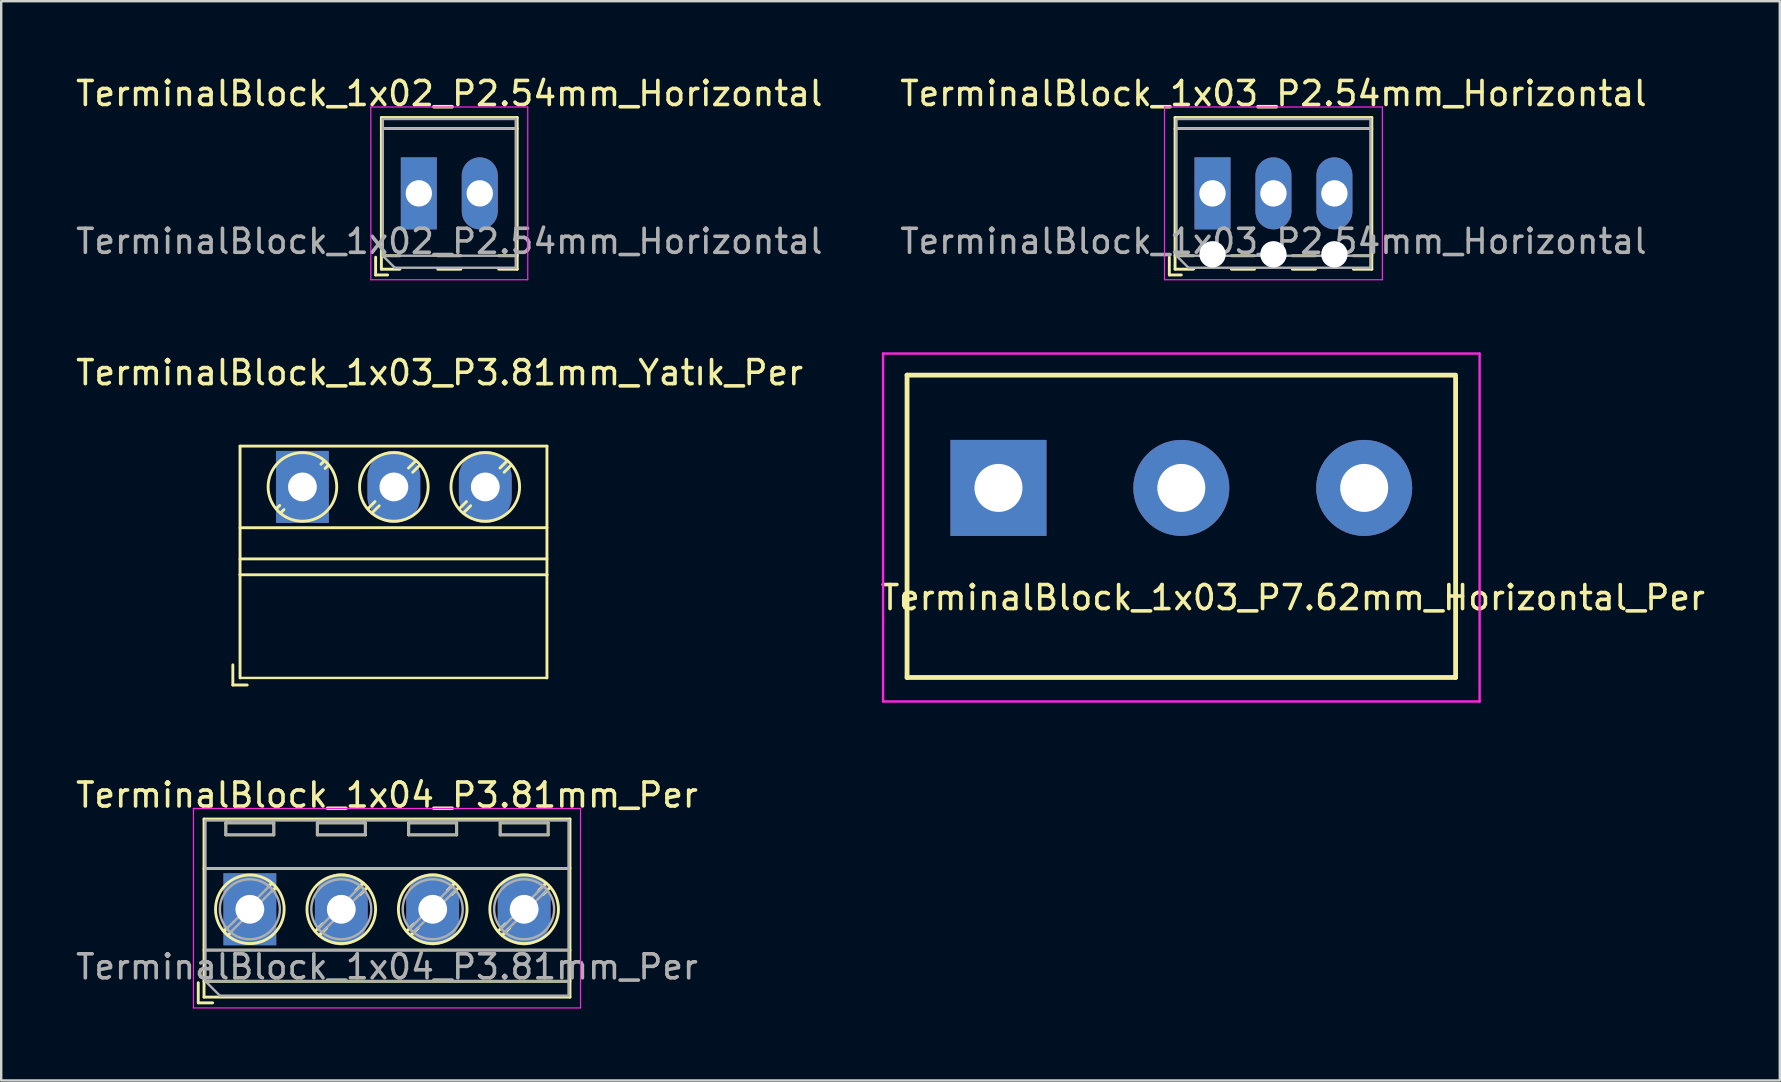
<source format=kicad_pcb>
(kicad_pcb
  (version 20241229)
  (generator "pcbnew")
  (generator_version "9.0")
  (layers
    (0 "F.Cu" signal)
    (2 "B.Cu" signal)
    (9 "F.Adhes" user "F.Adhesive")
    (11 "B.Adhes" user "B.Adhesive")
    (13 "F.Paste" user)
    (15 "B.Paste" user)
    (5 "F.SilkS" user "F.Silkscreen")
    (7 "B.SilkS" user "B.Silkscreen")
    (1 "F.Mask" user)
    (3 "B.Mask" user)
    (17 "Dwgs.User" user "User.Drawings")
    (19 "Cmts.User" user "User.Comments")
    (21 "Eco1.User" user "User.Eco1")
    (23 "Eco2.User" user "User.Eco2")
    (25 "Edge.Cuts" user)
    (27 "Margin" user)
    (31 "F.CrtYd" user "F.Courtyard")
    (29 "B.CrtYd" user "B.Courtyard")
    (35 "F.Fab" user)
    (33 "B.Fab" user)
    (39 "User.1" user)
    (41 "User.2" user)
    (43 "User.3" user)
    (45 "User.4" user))
  (footprint "TerminalBlock_1x03_P7.62mm_Horizontal_Per"
    (layer "F.Cu")
    (at 46.179 17.283)
    (property "Reference" "TerminalBlock_1x03_P7.62mm_Horizontal_Per" (at 4.648 4.572 0) (layer "F.SilkS") (effects (font (size 1 1) (thickness 0.15))))
    (attr through_hole)
    (fp_line (start -11.43 -4.7) (end 11.43 -4.7) (stroke (width 0.2) (type solid)) (layer "F.SilkS"))
    (fp_line (start -11.43 7.9) (end -11.43 -4.7) (stroke (width 0.2) (type solid)) (layer "F.SilkS"))
    (fp_line (start 11.43 -4.6) (end 11.43 7.9) (stroke (width 0.2) (type solid)) (layer "F.SilkS"))
    (fp_line (start 11.43 7.9) (end -11.43 7.9) (stroke (width 0.2) (type solid)) (layer "F.SilkS"))
    (fp_line (start -12.43 -5.6) (end 12.43 -5.6) (stroke (width 0.1) (type solid)) (layer "F.CrtYd"))
    (fp_line (start -12.43 8.9) (end -12.43 -5.6) (stroke (width 0.1) (type solid)) (layer "F.CrtYd"))
    (fp_line (start 12.43 -5.6) (end 12.43 8.9) (stroke (width 0.1) (type solid)) (layer "F.CrtYd"))
    (fp_line (start 12.43 8.9) (end -12.43 8.9) (stroke (width 0.1) (type solid)) (layer "F.CrtYd"))
    (pad "1" thru_hole rect (at -7.62 0) (size 4 4) (drill 2) (layers "*.Cu" "*.Mask"))
    (pad "2" thru_hole circle (at 0 0) (size 4 4) (drill 2) (layers "*.Cu" "*.Mask"))
    (pad "3" thru_hole circle (at 7.62 0) (size 4 4) (drill 2) (layers "*.Cu" "*.Mask")))
  (footprint "TerminalBlock_1x03_P3.81mm_Yatık_Per"
    (layer "F.Cu")
    (at 9.553 17.241)
    (property "Reference" "TerminalBlock_1x03_P3.81mm_Yatık_Per" (at 5.715 -4.76 180) (layer "F.SilkS") (effects (font (size 1 1) (thickness 0.15))))
    (attr through_hole)
    (fp_line (start -2.9 7.415) (end -2.9 8.255) (stroke (width 0.12) (type solid)) (layer "F.SilkS"))
    (fp_line (start -2.9 8.255) (end -2.3 8.255) (stroke (width 0.12) (type solid)) (layer "F.SilkS"))
    (fp_line (start -2.6 -1.7) (end -2.6 3.66) (stroke (width 0.12) (type solid)) (layer "F.SilkS"))
    (fp_line (start -2.6 -1.7) (end 10.19 -1.7) (stroke (width 0.12) (type solid)) (layer "F.SilkS"))
    (fp_line (start -2.6 1.701) (end 10.19 1.7) (stroke (width 0.12) (type solid)) (layer "F.SilkS"))
    (fp_line (start -2.6 3) (end 10.19 3) (stroke (width 0.12) (type solid)) (layer "F.SilkS"))
    (fp_line (start -2.6 3.66) (end -2.6 7.96) (stroke (width 0.12) (type solid)) (layer "F.SilkS"))
    (fp_line (start -2.6 3.66) (end 10.19 3.66) (stroke (width 0.12) (type solid)) (layer "F.SilkS"))
    (fp_line (start -0.946 0.771) (end -1.085 0.91) (stroke (width 0.12) (type solid)) (layer "F.SilkS"))
    (fp_line (start -0.771 0.945) (end -0.911 1.085) (stroke (width 0.12) (type solid)) (layer "F.SilkS"))
    (fp_line (start 0.911 -1.085) (end 0.771 -0.945) (stroke (width 0.12) (type solid)) (layer "F.SilkS"))
    (fp_line (start 1.085 -0.91) (end 0.945 -0.771) (stroke (width 0.12) (type solid)) (layer "F.SilkS"))
    (fp_line (start 3.025 0.611) (end 2.726 0.91) (stroke (width 0.12) (type solid)) (layer "F.SilkS"))
    (fp_line (start 3.2 0.786) (end 2.9 1.085) (stroke (width 0.12) (type solid)) (layer "F.SilkS"))
    (fp_line (start 4.721 -1.085) (end 4.421 -0.786) (stroke (width 0.12) (type solid)) (layer "F.SilkS"))
    (fp_line (start 4.895 -0.91) (end 4.596 -0.611) (stroke (width 0.12) (type solid)) (layer "F.SilkS"))
    (fp_line (start 6.835 0.611) (end 6.536 0.91) (stroke (width 0.12) (type solid)) (layer "F.SilkS"))
    (fp_line (start 7.01 0.786) (end 6.71 1.085) (stroke (width 0.12) (type solid)) (layer "F.SilkS"))
    (fp_line (start 8.531 -1.085) (end 8.231 -0.786) (stroke (width 0.12) (type solid)) (layer "F.SilkS"))
    (fp_line (start 8.705 -0.91) (end 8.406 -0.611) (stroke (width 0.12) (type solid)) (layer "F.SilkS"))
    (fp_line (start 10.19 -1.7) (end 10.19 3.66) (stroke (width 0.12) (type solid)) (layer "F.SilkS"))
    (fp_line (start 10.19 3.66) (end 10.19 7.96) (stroke (width 0.12) (type solid)) (layer "F.SilkS"))
    (fp_line (start 10.19 7.96) (end -2.6 7.96) (stroke (width 0.1) (type default)) (layer "F.SilkS"))
    (fp_circle (center 0 0) (end 1.43 0) (stroke (width 0.12) (type solid)) (fill no) (layer "F.SilkS"))
    (fp_circle (center 3.81 0) (end 5.24 0) (stroke (width 0.12) (type solid)) (fill no) (layer "F.SilkS"))
    (fp_circle (center 7.62 0) (end 9.05 0) (stroke (width 0.12) (type solid)) (fill no) (layer "F.SilkS"))
    (pad "1" thru_hole rect (at 0 0) (size 2.2 3) (drill 1.2) (layers "*.Cu" "*.Mask"))
    (pad "2" thru_hole oval (at 3.81 0) (size 2.2 3) (drill 1.2) (layers "*.Cu" "*.Mask"))
    (pad "3" thru_hole oval (at 7.62 0) (size 2.2 3) (drill 1.2) (layers "*.Cu" "*.Mask")))
  (footprint "TerminalBlock_1x03_P2.54mm_Horizontal"
    (layer "F.Cu")
    (at 47.478 5.008)
    (property "Reference" "TerminalBlock_1x03_P2.54mm_Horizontal" (at 2.54 -4.16 0) (layer "F.SilkS") (effects (font (size 1 1) (thickness 0.15))))
    (attr through_hole)
    (fp_line (start -1.8 2.66) (end -1.8 3.4) (stroke (width 0.12) (type solid)) (layer "F.SilkS"))
    (fp_line (start -1.8 3.4) (end -1.3 3.4) (stroke (width 0.12) (type solid)) (layer "F.SilkS"))
    (fp_line (start -1.56 -3.16) (end -1.56 3.16) (stroke (width 0.12) (type solid)) (layer "F.SilkS"))
    (fp_line (start -1.56 -3.16) (end 6.64 -3.16) (stroke (width 0.12) (type solid)) (layer "F.SilkS"))
    (fp_line (start -1.56 -2.7) (end 6.64 -2.7) (stroke (width 0.12) (type solid)) (layer "F.SilkS"))
    (fp_line (start -1.56 2.6) (end -0.79 2.6) (stroke (width 0.12) (type solid)) (layer "F.SilkS"))
    (fp_line (start -1.56 3.16) (end -0.79 3.16) (stroke (width 0.12) (type solid)) (layer "F.SilkS"))
    (fp_line (start 0.79 2.6) (end 1.75 2.6) (stroke (width 0.12) (type solid)) (layer "F.SilkS"))
    (fp_line (start 0.79 3.16) (end 1.75 3.16) (stroke (width 0.12) (type solid)) (layer "F.SilkS"))
    (fp_line (start 3.33 2.6) (end 4.29 2.6) (stroke (width 0.12) (type solid)) (layer "F.SilkS"))
    (fp_line (start 3.33 3.16) (end 4.29 3.16) (stroke (width 0.12) (type solid)) (layer "F.SilkS"))
    (fp_line (start 5.87 2.6) (end 6.64 2.6) (stroke (width 0.12) (type solid)) (layer "F.SilkS"))
    (fp_line (start 5.87 3.16) (end 6.64 3.16) (stroke (width 0.12) (type solid)) (layer "F.SilkS"))
    (fp_line (start 6.64 -3.16) (end 6.64 3.16) (stroke (width 0.12) (type solid)) (layer "F.SilkS"))
    (fp_line (start -2 -3.6) (end -2 3.6) (stroke (width 0.05) (type solid)) (layer "F.CrtYd"))
    (fp_line (start -2 3.6) (end 7.08 3.6) (stroke (width 0.05) (type solid)) (layer "F.CrtYd"))
    (fp_line (start 7.08 -3.6) (end -2 -3.6) (stroke (width 0.05) (type solid)) (layer "F.CrtYd"))
    (fp_line (start 7.08 3.6) (end 7.08 -3.6) (stroke (width 0.05) (type solid)) (layer "F.CrtYd"))
    (fp_line (start -1.5 -3.1) (end 6.58 -3.1) (stroke (width 0.1) (type solid)) (layer "F.Fab"))
    (fp_line (start -1.5 -2.7) (end 6.58 -2.7) (stroke (width 0.1) (type solid)) (layer "F.Fab"))
    (fp_line (start -1.5 2.6) (end -1.5 -3.1) (stroke (width 0.1) (type solid)) (layer "F.Fab"))
    (fp_line (start -1.5 2.6) (end 6.58 2.6) (stroke (width 0.1) (type solid)) (layer "F.Fab"))
    (fp_line (start -1 3.1) (end -1.5 2.6) (stroke (width 0.1) (type solid)) (layer "F.Fab"))
    (fp_line (start 6.58 -3.1) (end 6.58 3.1) (stroke (width 0.1) (type solid)) (layer "F.Fab"))
    (fp_line (start 6.58 3.1) (end -1 3.1) (stroke (width 0.1) (type solid)) (layer "F.Fab"))
    (fp_text user "${REFERENCE}" (at 2.54 2 0) (layer "F.Fab") (effects (font (size 1 1) (thickness 0.15))))
    (pad "" np_thru_hole circle (at 0 2.54) (size 1.1 1.1) (drill 1.1) (layers "*.Cu" "*.Mask"))
    (pad "" np_thru_hole circle (at 2.54 2.54) (size 1.1 1.1) (drill 1.1) (layers "*.Cu" "*.Mask"))
    (pad "" np_thru_hole circle (at 5.08 2.54) (size 1.1 1.1) (drill 1.1) (layers "*.Cu" "*.Mask"))
    (pad "1" thru_hole rect (at 0 0) (size 1.5 3) (drill 1.1) (layers "*.Cu" "*.Mask"))
    (pad "2" thru_hole oval (at 2.54 0) (size 1.5 3) (drill 1.1) (layers "*.Cu" "*.Mask"))
    (pad "3" thru_hole oval (at 5.08 0) (size 1.5 3) (drill 1.1) (layers "*.Cu" "*.Mask")))
  (footprint "TerminalBlock_1x04_P3.81mm_Per"
    (layer "F.Cu")
    (at 7.362 34.842)
    (property "Reference" "TerminalBlock_1x04_P3.81mm_Per" (at 5.715 -4.76 180) (layer "F.SilkS") (effects (font (size 1 1) (thickness 0.15))))
    (attr through_hole)
    (fp_line (start -2.15 3.06) (end -2.15 3.9) (stroke (width 0.12) (type solid)) (layer "F.SilkS"))
    (fp_line (start -2.15 3.9) (end -1.55 3.9) (stroke (width 0.12) (type solid)) (layer "F.SilkS"))
    (fp_line (start -1.91 -3.76) (end -1.91 3.66) (stroke (width 0.12) (type solid)) (layer "F.SilkS"))
    (fp_line (start -1.91 -3.76) (end 13.34 -3.76) (stroke (width 0.12) (type solid)) (layer "F.SilkS"))
    (fp_line (start -1.91 -1.7) (end 13.34 -1.7) (stroke (width 0.12) (type solid)) (layer "F.SilkS"))
    (fp_line (start -1.91 1.701) (end 13.34 1.701) (stroke (width 0.12) (type solid)) (layer "F.SilkS"))
    (fp_line (start -1.91 3) (end 13.34 3) (stroke (width 0.12) (type solid)) (layer "F.SilkS"))
    (fp_line (start -1.91 3.66) (end 13.34 3.66) (stroke (width 0.12) (type solid)) (layer "F.SilkS"))
    (fp_line (start -1 -3.6) (end -1 -3.1) (stroke (width 0.12) (type solid)) (layer "F.SilkS"))
    (fp_line (start -1 -3.6) (end 1 -3.6) (stroke (width 0.12) (type solid)) (layer "F.SilkS"))
    (fp_line (start -1 -3.1) (end 1 -3.1) (stroke (width 0.12) (type solid)) (layer "F.SilkS"))
    (fp_line (start -0.946 0.771) (end -1.085 0.91) (stroke (width 0.12) (type solid)) (layer "F.SilkS"))
    (fp_line (start -0.771 0.945) (end -0.911 1.085) (stroke (width 0.12) (type solid)) (layer "F.SilkS"))
    (fp_line (start 0.911 -1.085) (end 0.771 -0.945) (stroke (width 0.12) (type solid)) (layer "F.SilkS"))
    (fp_line (start 1 -3.6) (end 1 -3.1) (stroke (width 0.12) (type solid)) (layer "F.SilkS"))
    (fp_line (start 1.085 -0.91) (end 0.945 -0.771) (stroke (width 0.12) (type solid)) (layer "F.SilkS"))
    (fp_line (start 2.81 -3.6) (end 2.81 -3.1) (stroke (width 0.12) (type solid)) (layer "F.SilkS"))
    (fp_line (start 2.81 -3.6) (end 4.81 -3.6) (stroke (width 0.12) (type solid)) (layer "F.SilkS"))
    (fp_line (start 2.81 -3.1) (end 4.81 -3.1) (stroke (width 0.12) (type solid)) (layer "F.SilkS"))
    (fp_line (start 3.025 0.611) (end 2.726 0.91) (stroke (width 0.12) (type solid)) (layer "F.SilkS"))
    (fp_line (start 3.2 0.786) (end 2.9 1.085) (stroke (width 0.12) (type solid)) (layer "F.SilkS"))
    (fp_line (start 4.721 -1.085) (end 4.421 -0.786) (stroke (width 0.12) (type solid)) (layer "F.SilkS"))
    (fp_line (start 4.81 -3.6) (end 4.81 -3.1) (stroke (width 0.12) (type solid)) (layer "F.SilkS"))
    (fp_line (start 4.895 -0.91) (end 4.596 -0.611) (stroke (width 0.12) (type solid)) (layer "F.SilkS"))
    (fp_line (start 6.62 -3.6) (end 6.62 -3.1) (stroke (width 0.12) (type solid)) (layer "F.SilkS"))
    (fp_line (start 6.62 -3.6) (end 8.62 -3.6) (stroke (width 0.12) (type solid)) (layer "F.SilkS"))
    (fp_line (start 6.62 -3.1) (end 8.62 -3.1) (stroke (width 0.12) (type solid)) (layer "F.SilkS"))
    (fp_line (start 6.835 0.611) (end 6.536 0.91) (stroke (width 0.12) (type solid)) (layer "F.SilkS"))
    (fp_line (start 7.01 0.786) (end 6.71 1.085) (stroke (width 0.12) (type solid)) (layer "F.SilkS"))
    (fp_line (start 8.531 -1.085) (end 8.231 -0.786) (stroke (width 0.12) (type solid)) (layer "F.SilkS"))
    (fp_line (start 8.62 -3.6) (end 8.62 -3.1) (stroke (width 0.12) (type solid)) (layer "F.SilkS"))
    (fp_line (start 8.705 -0.91) (end 8.406 -0.611) (stroke (width 0.12) (type solid)) (layer "F.SilkS"))
    (fp_line (start 10.43 -3.6) (end 10.43 -3.1) (stroke (width 0.12) (type solid)) (layer "F.SilkS"))
    (fp_line (start 10.43 -3.6) (end 12.43 -3.6) (stroke (width 0.12) (type solid)) (layer "F.SilkS"))
    (fp_line (start 10.43 -3.1) (end 12.43 -3.1) (stroke (width 0.12) (type solid)) (layer "F.SilkS"))
    (fp_line (start 10.645 0.611) (end 10.346 0.91) (stroke (width 0.12) (type solid)) (layer "F.SilkS"))
    (fp_line (start 10.82 0.786) (end 10.52 1.085) (stroke (width 0.12) (type solid)) (layer "F.SilkS"))
    (fp_line (start 12.341 -1.085) (end 12.041 -0.786) (stroke (width 0.12) (type solid)) (layer "F.SilkS"))
    (fp_line (start 12.43 -3.6) (end 12.43 -3.1) (stroke (width 0.12) (type solid)) (layer "F.SilkS"))
    (fp_line (start 12.515 -0.91) (end 12.216 -0.611) (stroke (width 0.12) (type solid)) (layer "F.SilkS"))
    (fp_line (start 13.34 -3.76) (end 13.34 3.66) (stroke (width 0.12) (type solid)) (layer "F.SilkS"))
    (fp_circle (center 0 0) (end 1.43 0) (stroke (width 0.12) (type solid)) (fill no) (layer "F.SilkS"))
    (fp_circle (center 3.81 0) (end 5.24 0) (stroke (width 0.12) (type solid)) (fill no) (layer "F.SilkS"))
    (fp_circle (center 7.62 0) (end 9.05 0) (stroke (width 0.12) (type solid)) (fill no) (layer "F.SilkS"))
    (fp_circle (center 11.43 0) (end 12.86 0) (stroke (width 0.12) (type solid)) (fill no) (layer "F.SilkS"))
    (fp_line (start -2.35 -4.2) (end -2.35 4.11) (stroke (width 0.05) (type solid)) (layer "F.CrtYd"))
    (fp_line (start -2.35 4.11) (end 13.78 4.11) (stroke (width 0.05) (type solid)) (layer "F.CrtYd"))
    (fp_line (start 13.78 -4.2) (end -2.35 -4.2) (stroke (width 0.05) (type solid)) (layer "F.CrtYd"))
    (fp_line (start 13.78 4.11) (end 13.78 -4.2) (stroke (width 0.05) (type solid)) (layer "F.CrtYd"))
    (fp_line (start -1.85 -3.7) (end 13.28 -3.7) (stroke (width 0.1) (type solid)) (layer "F.Fab"))
    (fp_line (start -1.85 -1.7) (end 13.28 -1.7) (stroke (width 0.1) (type solid)) (layer "F.Fab"))
    (fp_line (start -1.85 1.7) (end 13.28 1.7) (stroke (width 0.1) (type solid)) (layer "F.Fab"))
    (fp_line (start -1.85 3) (end -1.85 -3.7) (stroke (width 0.1) (type solid)) (layer "F.Fab"))
    (fp_line (start -1.85 3) (end 13.28 3) (stroke (width 0.1) (type solid)) (layer "F.Fab"))
    (fp_line (start -1.25 3.6) (end -1.85 3) (stroke (width 0.1) (type solid)) (layer "F.Fab"))
    (fp_line (start -1 -3.6) (end -1 -3.1) (stroke (width 0.1) (type solid)) (layer "F.Fab"))
    (fp_line (start -1 -3.1) (end 1 -3.1) (stroke (width 0.1) (type solid)) (layer "F.Fab"))
    (fp_line (start 0.796 -0.948) (end -0.949 0.796) (stroke (width 0.1) (type solid)) (layer "F.Fab"))
    (fp_line (start 0.949 -0.796) (end -0.796 0.948) (stroke (width 0.1) (type solid)) (layer "F.Fab"))
    (fp_line (start 1 -3.6) (end -1 -3.6) (stroke (width 0.1) (type solid)) (layer "F.Fab"))
    (fp_line (start 1 -3.1) (end 1 -3.6) (stroke (width 0.1) (type solid)) (layer "F.Fab"))
    (fp_line (start 2.81 -3.6) (end 2.81 -3.1) (stroke (width 0.1) (type solid)) (layer "F.Fab"))
    (fp_line (start 2.81 -3.1) (end 4.81 -3.1) (stroke (width 0.1) (type solid)) (layer "F.Fab"))
    (fp_line (start 4.606 -0.948) (end 2.862 0.796) (stroke (width 0.1) (type solid)) (layer "F.Fab"))
    (fp_line (start 4.759 -0.796) (end 3.015 0.948) (stroke (width 0.1) (type solid)) (layer "F.Fab"))
    (fp_line (start 4.81 -3.6) (end 2.81 -3.6) (stroke (width 0.1) (type solid)) (layer "F.Fab"))
    (fp_line (start 4.81 -3.1) (end 4.81 -3.6) (stroke (width 0.1) (type solid)) (layer "F.Fab"))
    (fp_line (start 6.62 -3.6) (end 6.62 -3.1) (stroke (width 0.1) (type solid)) (layer "F.Fab"))
    (fp_line (start 6.62 -3.1) (end 8.62 -3.1) (stroke (width 0.1) (type solid)) (layer "F.Fab"))
    (fp_line (start 8.416 -0.948) (end 6.672 0.796) (stroke (width 0.1) (type solid)) (layer "F.Fab"))
    (fp_line (start 8.569 -0.796) (end 6.825 0.948) (stroke (width 0.1) (type solid)) (layer "F.Fab"))
    (fp_line (start 8.62 -3.6) (end 6.62 -3.6) (stroke (width 0.1) (type solid)) (layer "F.Fab"))
    (fp_line (start 8.62 -3.1) (end 8.62 -3.6) (stroke (width 0.1) (type solid)) (layer "F.Fab"))
    (fp_line (start 10.43 -3.6) (end 10.43 -3.1) (stroke (width 0.1) (type solid)) (layer "F.Fab"))
    (fp_line (start 10.43 -3.1) (end 12.43 -3.1) (stroke (width 0.1) (type solid)) (layer "F.Fab"))
    (fp_line (start 12.226 -0.948) (end 10.482 0.796) (stroke (width 0.1) (type solid)) (layer "F.Fab"))
    (fp_line (start 12.379 -0.796) (end 10.635 0.948) (stroke (width 0.1) (type solid)) (layer "F.Fab"))
    (fp_line (start 12.43 -3.6) (end 10.43 -3.6) (stroke (width 0.1) (type solid)) (layer "F.Fab"))
    (fp_line (start 12.43 -3.1) (end 12.43 -3.6) (stroke (width 0.1) (type solid)) (layer "F.Fab"))
    (fp_line (start 13.28 -3.7) (end 13.28 3.6) (stroke (width 0.1) (type solid)) (layer "F.Fab"))
    (fp_line (start 13.28 3.6) (end -1.25 3.6) (stroke (width 0.1) (type solid)) (layer "F.Fab"))
    (fp_circle (center 0 0) (end 1.25 0) (stroke (width 0.1) (type solid)) (fill no) (layer "F.Fab"))
    (fp_circle (center 3.81 0) (end 5.06 0) (stroke (width 0.1) (type solid)) (fill no) (layer "F.Fab"))
    (fp_circle (center 7.62 0) (end 8.87 0) (stroke (width 0.1) (type solid)) (fill no) (layer "F.Fab"))
    (fp_circle (center 11.43 0) (end 12.68 0) (stroke (width 0.1) (type solid)) (fill no) (layer "F.Fab"))
    (fp_text user "${REFERENCE}" (at 5.715 2.4 180) (layer "F.Fab") (effects (font (size 1 1) (thickness 0.15))))
    (pad "1" thru_hole rect (at 0 0) (size 2.2 3) (drill 1.2) (layers "*.Cu" "*.Mask"))
    (pad "2" thru_hole oval (at 3.81 0) (size 2.2 3) (drill 1.2) (layers "*.Cu" "*.Mask"))
    (pad "3" thru_hole oval (at 7.62 0) (size 2.2 3) (drill 1.2) (layers "*.Cu" "*.Mask"))
    (pad "4" thru_hole oval (at 11.43 0) (size 2.2 3) (drill 1.2) (layers "*.Cu" "*.Mask")))
  (footprint "TerminalBlock_1x02_P2.54mm_Horizontal"
    (layer "F.Cu")
    (at 14.403 5.008)
    (property "Reference" "TerminalBlock_1x02_P2.54mm_Horizontal" (at 1.27 -4.16 0) (layer "F.SilkS") (effects (font (size 1 1) (thickness 0.15))))
    (attr through_hole)
    (fp_line (start -1.8 2.66) (end -1.8 3.4) (stroke (width 0.12) (type solid)) (layer "F.SilkS"))
    (fp_line (start -1.8 3.4) (end -1.3 3.4) (stroke (width 0.12) (type solid)) (layer "F.SilkS"))
    (fp_line (start -1.56 -3.16) (end -1.56 3.16) (stroke (width 0.12) (type solid)) (layer "F.SilkS"))
    (fp_line (start -1.56 -3.16) (end 4.1 -3.16) (stroke (width 0.12) (type solid)) (layer "F.SilkS"))
    (fp_line (start -1.56 -2.7) (end 4.1 -2.7) (stroke (width 0.12) (type solid)) (layer "F.SilkS"))
    (fp_line (start -1.56 2.6) (end -0.79 2.6) (stroke (width 0.12) (type solid)) (layer "F.SilkS"))
    (fp_line (start -1.56 3.16) (end -0.79 3.16) (stroke (width 0.12) (type solid)) (layer "F.SilkS"))
    (fp_line (start 0.79 2.6) (end 1.75 2.6) (stroke (width 0.12) (type solid)) (layer "F.SilkS"))
    (fp_line (start 0.79 3.16) (end 1.75 3.16) (stroke (width 0.12) (type solid)) (layer "F.SilkS"))
    (fp_line (start 3.33 2.6) (end 4.1 2.6) (stroke (width 0.12) (type solid)) (layer "F.SilkS"))
    (fp_line (start 3.33 3.16) (end 4.1 3.16) (stroke (width 0.12) (type solid)) (layer "F.SilkS"))
    (fp_line (start 4.1 -3.16) (end 4.1 3.16) (stroke (width 0.12) (type solid)) (layer "F.SilkS"))
    (fp_line (start -2 -3.6) (end -2 3.6) (stroke (width 0.05) (type solid)) (layer "F.CrtYd"))
    (fp_line (start -2 3.6) (end 4.54 3.6) (stroke (width 0.05) (type solid)) (layer "F.CrtYd"))
    (fp_line (start 4.54 -3.6) (end -2 -3.6) (stroke (width 0.05) (type solid)) (layer "F.CrtYd"))
    (fp_line (start 4.54 3.6) (end 4.54 -3.6) (stroke (width 0.05) (type solid)) (layer "F.CrtYd"))
    (fp_line (start -1.5 -3.1) (end 4.04 -3.1) (stroke (width 0.1) (type solid)) (layer "F.Fab"))
    (fp_line (start -1.5 -2.7) (end 4.04 -2.7) (stroke (width 0.1) (type solid)) (layer "F.Fab"))
    (fp_line (start -1.5 2.6) (end -1.5 -3.1) (stroke (width 0.1) (type solid)) (layer "F.Fab"))
    (fp_line (start -1.5 2.6) (end 4.04 2.6) (stroke (width 0.1) (type solid)) (layer "F.Fab"))
    (fp_line (start -1 3.1) (end -1.5 2.6) (stroke (width 0.1) (type solid)) (layer "F.Fab"))
    (fp_line (start 4.04 -3.1) (end 4.04 3.1) (stroke (width 0.1) (type solid)) (layer "F.Fab"))
    (fp_line (start 4.04 3.1) (end -1 3.1) (stroke (width 0.1) (type solid)) (layer "F.Fab"))
    (fp_text user "${REFERENCE}" (at 1.27 2 0) (layer "F.Fab") (effects (font (size 1 1) (thickness 0.15))))
    (pad "1" thru_hole rect (at 0 0) (size 1.5 3) (drill 1.1) (layers "*.Cu" "*.Mask"))
    (pad "2" thru_hole oval (at 2.54 0) (size 1.5 3) (drill 1.1) (layers "*.Cu" "*.Mask")))
  (gr_rect
    (start -3 -3)
    (end 71.119 41.977)
    (stroke (width 0.1) (type default))
    (fill no)
    (layer "Edge.Cuts")))
</source>
